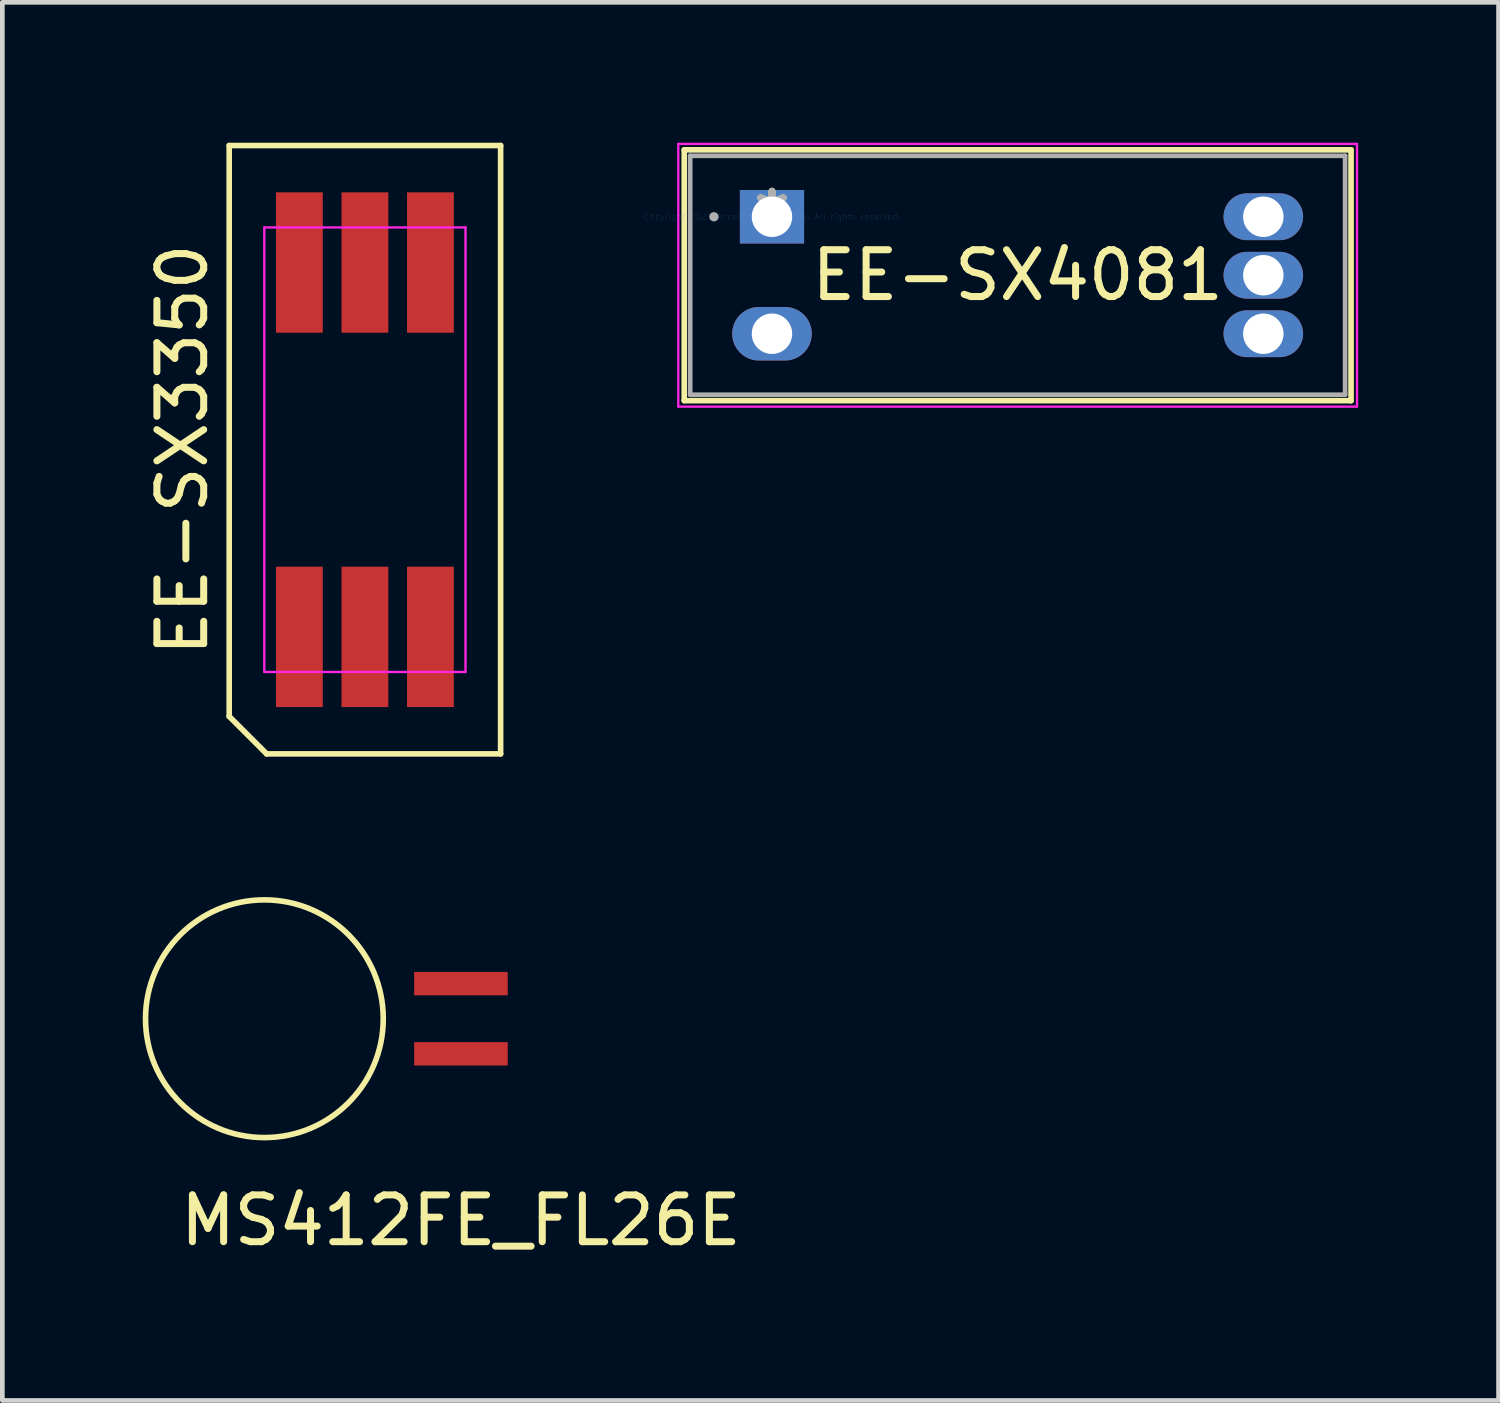
<source format=kicad_pcb>
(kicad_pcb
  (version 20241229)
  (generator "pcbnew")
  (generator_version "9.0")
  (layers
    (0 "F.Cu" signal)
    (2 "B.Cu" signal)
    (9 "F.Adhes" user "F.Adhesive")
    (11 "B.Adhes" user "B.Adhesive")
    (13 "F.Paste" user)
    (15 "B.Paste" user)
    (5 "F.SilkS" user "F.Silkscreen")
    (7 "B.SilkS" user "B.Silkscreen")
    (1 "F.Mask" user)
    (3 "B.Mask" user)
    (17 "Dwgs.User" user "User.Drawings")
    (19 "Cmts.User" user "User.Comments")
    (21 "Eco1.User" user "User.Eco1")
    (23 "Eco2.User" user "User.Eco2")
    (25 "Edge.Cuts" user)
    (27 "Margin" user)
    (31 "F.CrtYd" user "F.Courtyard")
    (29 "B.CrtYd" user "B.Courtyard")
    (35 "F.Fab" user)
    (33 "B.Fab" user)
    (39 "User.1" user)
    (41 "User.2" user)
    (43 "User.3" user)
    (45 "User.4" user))
  (footprint "MS412FE_FL26E"
    (layer "F.Cu")
    (at 6.8 18.72)
    (property "Reference" "MS412FE_FL26E" (at 0 4.31 0) (layer "F.SilkS") (effects (font (size 1 1) (thickness 0.15))))
    (attr smd)
    (fp_circle (center -4.2 0) (end -1.66 0) (stroke (width 0.12) (type solid)) (fill no) (layer "F.SilkS"))
    (pad "1" smd rect (at 0 -0.75) (size 2 0.5) (layers "F.Cu" "F.Mask" "F.Paste"))
    (pad "2" smd rect (at 0 0.75) (size 2 0.5) (layers "F.Cu" "F.Mask" "F.Paste")))
  (footprint "EE-SX4081"
    (layer "F.Cu")
    (at 13.447 1.582)
    (property "Reference" "EE-SX4081" (at 5.25 1.25 0) (layer "F.SilkS") (effects (font (size 1 1) (thickness 0.15))))
    (attr through_hole)
    (fp_line (start -1.875 -1.43) (end -1.875 3.93) (stroke (width 0.12) (type solid)) (layer "F.SilkS"))
    (fp_line (start 12.375 -1.43) (end -1.875 -1.43) (stroke (width 0.12) (type solid)) (layer "F.SilkS"))
    (fp_line (start 12.375 -1.43) (end 12.375 3.93) (stroke (width 0.12) (type solid)) (layer "F.SilkS"))
    (fp_line (start 12.375 3.93) (end -1.875 3.93) (stroke (width 0.12) (type solid)) (layer "F.SilkS"))
    (fp_line (start -2.002 -1.557) (end 12.502 -1.557) (stroke (width 0.05) (type solid)) (layer "F.CrtYd"))
    (fp_line (start -2.002 4.057) (end -2.002 -1.557) (stroke (width 0.05) (type solid)) (layer "F.CrtYd"))
    (fp_line (start 12.502 -1.557) (end 12.502 4.057) (stroke (width 0.05) (type solid)) (layer "F.CrtYd"))
    (fp_line (start 12.502 4.057) (end -2.002 4.057) (stroke (width 0.05) (type solid)) (layer "F.CrtYd"))
    (fp_line (start -1.748 -1.303) (end -1.748 3.803) (stroke (width 0.1) (type solid)) (layer "F.Fab"))
    (fp_line (start 12.248 -1.303) (end -1.748 -1.303) (stroke (width 0.1) (type solid)) (layer "F.Fab"))
    (fp_line (start 12.248 -1.303) (end 12.248 3.803) (stroke (width 0.1) (type solid)) (layer "F.Fab"))
    (fp_line (start 12.248 3.803) (end -1.748 3.803) (stroke (width 0.1) (type solid)) (layer "F.Fab"))
    (fp_circle (center -1.24 0) (end -1.24 0) (stroke (width 0.1) (type solid)) (fill no) (layer "F.Fab"))
    (fp_text user "*" (at 0 0 0) (layer "F.SilkS") (effects (font (size 1 1) (thickness 0.15))))
    (fp_text user "Copyright 2021 Accelerated Designs. All rights reserved." (at 0 0 0) (layer "Cmts.User") (effects (font (size 0.127 0.127) (thickness 0.002))))
    (fp_text user "*" (at 0 0 0) (layer "F.Fab") (effects (font (size 1 1) (thickness 0.15))))
    (pad "1" thru_hole rect (at 0 0) (size 1.372 1.143) (drill 0.864) (layers "*.Cu" "*.Mask"))
    (pad "2" thru_hole oval (at 0 2.5) (size 1.7 1.143) (drill 0.864) (layers "*.Cu" "*.Mask"))
    (pad "3" thru_hole oval (at 10.5 2.5) (size 1.7 1) (drill 0.864) (layers "*.Cu" "*.Mask"))
    (pad "4" thru_hole oval (at 10.5 1.25) (size 1.7 1) (drill 0.864) (layers "*.Cu" "*.Mask"))
    (pad "5" thru_hole oval (at 10.5 0) (size 1.7 1) (drill 0.864) (layers "*.Cu" "*.Mask")))
  (footprint "EE-SX3350"
    (layer "F.Cu")
    (at 4.748 6.56)
    (property "Reference" "EE-SX3350" (at -3.9 0 90) (layer "F.SilkS") (effects (font (size 1 1) (thickness 0.15))))
    (attr smd)
    (fp_line (start -2.9 -6.5) (end 2.9 -6.5) (stroke (width 0.12) (type solid)) (layer "F.SilkS"))
    (fp_line (start -2.9 5.7) (end -2.9 -6.5) (stroke (width 0.12) (type solid)) (layer "F.SilkS"))
    (fp_line (start -2.1 6.5) (end -2.9 5.7) (stroke (width 0.12) (type solid)) (layer "F.SilkS"))
    (fp_line (start 2.9 -6.5) (end 2.9 6.5) (stroke (width 0.12) (type solid)) (layer "F.SilkS"))
    (fp_line (start 2.9 6.5) (end -2.1 6.5) (stroke (width 0.12) (type solid)) (layer "F.SilkS"))
    (fp_line (start -2.15 -4.75) (end 2.15 -4.75) (stroke (width 0.05) (type solid)) (layer "F.CrtYd"))
    (fp_line (start -2.15 4.75) (end -2.15 -4.75) (stroke (width 0.05) (type solid)) (layer "F.CrtYd"))
    (fp_line (start 2.15 -4.75) (end 2.15 4.75) (stroke (width 0.05) (type solid)) (layer "F.CrtYd"))
    (fp_line (start 2.15 4.75) (end -2.15 4.75) (stroke (width 0.05) (type solid)) (layer "F.CrtYd"))
    (pad "1" smd rect (at -1.4 4) (size 1 3) (layers "F.Cu" "F.Mask" "F.Paste"))
    (pad "2" smd rect (at 0 4) (size 1 3) (layers "F.Cu" "F.Mask" "F.Paste"))
    (pad "3" smd rect (at 1.4 4) (size 1 3) (layers "F.Cu" "F.Mask" "F.Paste"))
    (pad "4" smd rect (at 1.4 -4) (size 1 3) (layers "F.Cu" "F.Mask" "F.Paste"))
    (pad "5" smd rect (at 0 -4) (size 1 3) (layers "F.Cu" "F.Mask" "F.Paste"))
    (pad "6" smd rect (at -1.4 -4) (size 1 3) (layers "F.Cu" "F.Mask" "F.Paste")))
  (gr_rect
    (start -3 -3)
    (end 28.974 26.878)
    (stroke (width 0.1) (type default))
    (fill no)
    (layer "Edge.Cuts")))
</source>
